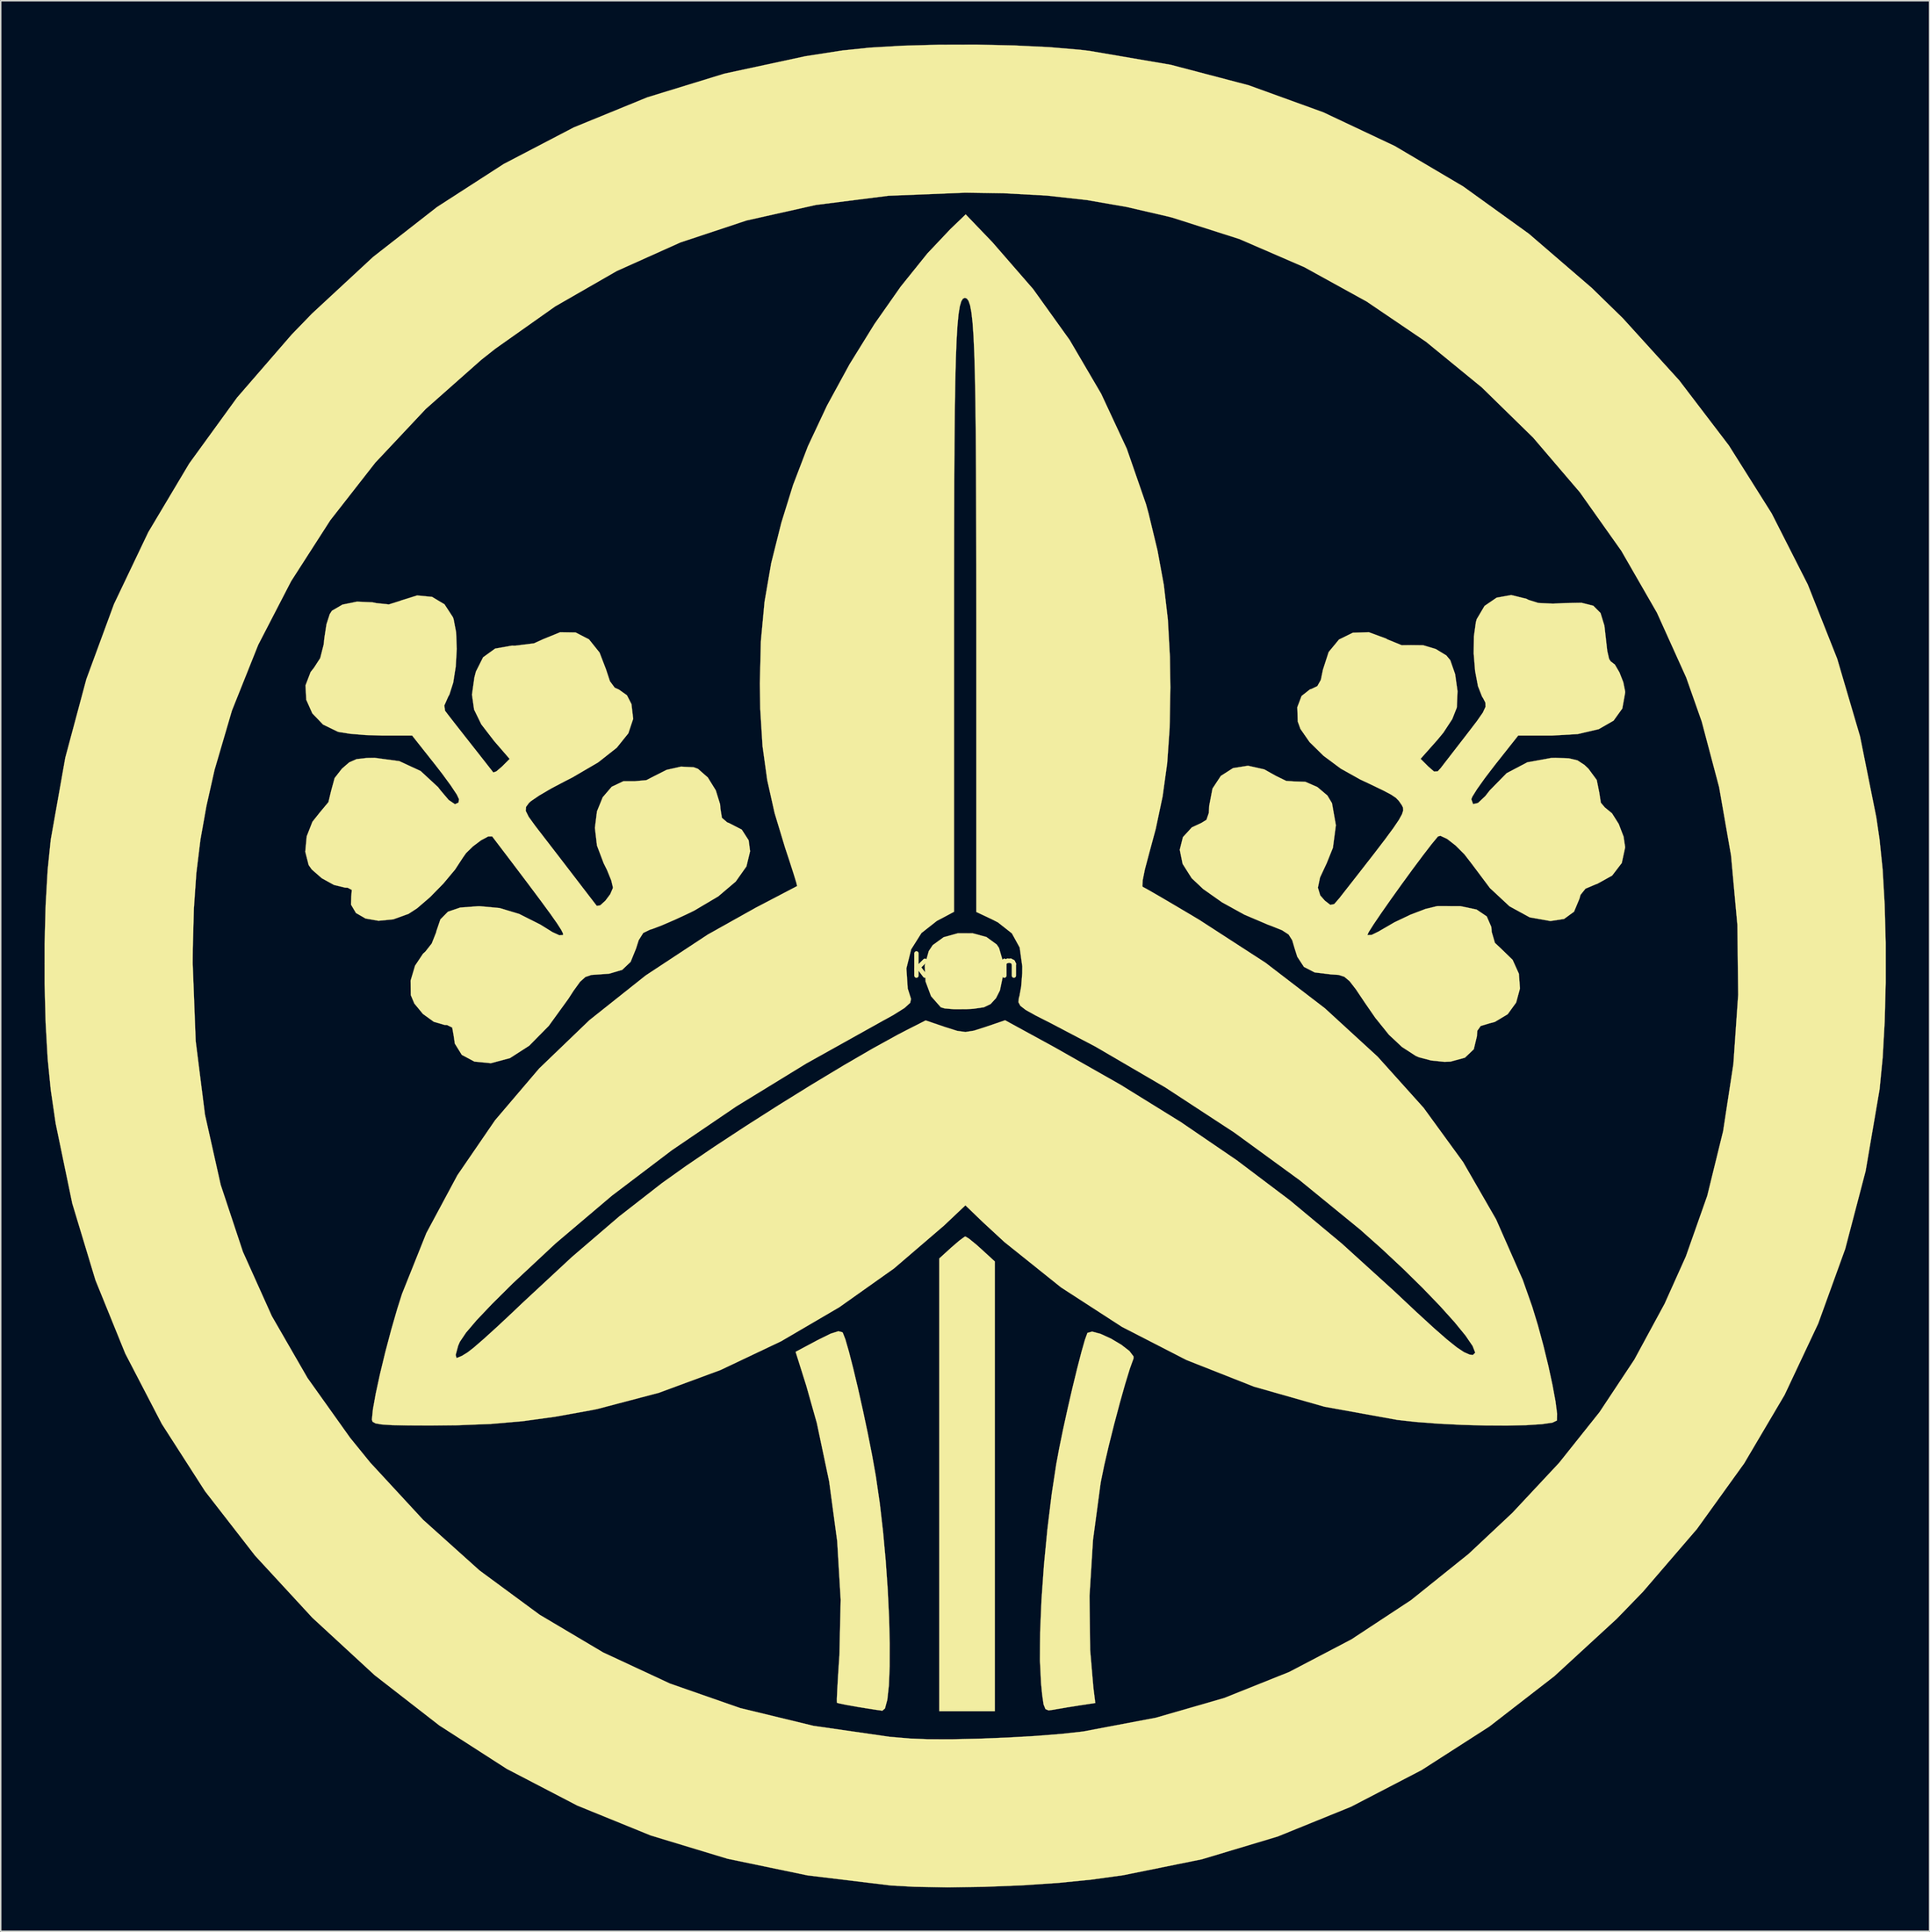
<source format=kicad_pcb>
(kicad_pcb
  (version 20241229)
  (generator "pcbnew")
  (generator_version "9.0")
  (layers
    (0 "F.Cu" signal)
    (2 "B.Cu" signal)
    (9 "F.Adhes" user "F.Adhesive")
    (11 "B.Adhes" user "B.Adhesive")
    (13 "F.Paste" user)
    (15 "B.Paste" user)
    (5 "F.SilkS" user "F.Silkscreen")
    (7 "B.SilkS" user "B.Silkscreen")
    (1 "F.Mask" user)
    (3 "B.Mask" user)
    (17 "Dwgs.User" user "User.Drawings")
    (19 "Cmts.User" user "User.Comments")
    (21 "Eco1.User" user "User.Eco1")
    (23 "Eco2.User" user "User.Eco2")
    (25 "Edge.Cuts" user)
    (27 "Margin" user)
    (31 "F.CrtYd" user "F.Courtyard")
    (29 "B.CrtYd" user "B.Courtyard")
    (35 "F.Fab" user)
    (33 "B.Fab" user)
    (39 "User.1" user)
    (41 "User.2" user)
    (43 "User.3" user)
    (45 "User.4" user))
  (footprint "kamon"
    (layer "F.Cu")
    (at 63.065 63.065)
    (property "Reference" "kamon" (at 0 0 0) (layer "F.SilkS") (effects (font (size 1.524 1.524) (thickness 0.3))))
    (attr through_hole)
    (fp_poly (pts (xy 0.266 18.702) (xy 0.755 19.1) (xy 1.093 19.402) (xy 2.032 20.262) (xy 2.032 51.054) (xy -1.778 51.054) (xy -1.778 20.059) (xy -0.953 19.308) (xy -0.421 18.85) (xy -0.055 18.579) (xy 0.014 18.549) (xy 0.266 18.702)) (stroke (width 0.01) (type solid)) (fill yes) (layer "F.SilkS"))
    (fp_poly (pts (xy 1.456 -1.955) (xy 2.158 -1.445) (xy 2.319 -1.208) (xy 2.571 -0.337) (xy 2.587 0.714) (xy 2.38 1.705) (xy 2.11 2.235) (xy 1.742 2.636) (xy 1.286 2.856) (xy 0.573 2.96) (xy 0.101 2.987) (xy -0.751 2.991) (xy -1.406 2.936) (xy -1.666 2.86) (xy -2.337 2.098) (xy -2.713 1.089) (xy -2.772 0.002) (xy -2.493 -0.992) (xy -2.222 -1.399) (xy -1.477 -1.94) (xy -0.514 -2.209) (xy 0.514 -2.212) (xy 1.456 -1.955)) (stroke (width 0.01) (type solid)) (fill yes) (layer "F.SilkS"))
    (fp_poly (pts (xy -8.411 25.109) (xy -8.38 25.149) (xy -8.208 25.59) (xy -7.963 26.437) (xy -7.665 27.598) (xy -7.336 28.979) (xy -6.998 30.488) (xy -6.671 32.033) (xy -6.377 33.519) (xy -6.138 34.856) (xy -6.111 35.018) (xy -5.847 36.835) (xy -5.624 38.769) (xy -5.443 40.756) (xy -5.305 42.734) (xy -5.213 44.64) (xy -5.168 46.41) (xy -5.172 47.981) (xy -5.226 49.29) (xy -5.333 50.274) (xy -5.494 50.87) (xy -5.673 51.024) (xy -6.076 50.968) (xy -6.793 50.856) (xy -7.35 50.766) (xy -8.118 50.63) (xy -8.643 50.522) (xy -8.785 50.478) (xy -8.789 50.217) (xy -8.76 49.548) (xy -8.704 48.569) (xy -8.625 47.378) (xy -8.615 47.244) (xy -8.527 43.427) (xy -8.768 39.398) (xy -9.319 35.311) (xy -10.161 31.325) (xy -10.88 28.782) (xy -11.615 26.45) (xy -10.096 25.64) (xy -9.221 25.208) (xy -8.686 25.039) (xy -8.411 25.109)) (stroke (width 0.01) (type solid)) (fill yes) (layer "F.SilkS"))
    (fp_poly (pts (xy 9.28 25.22) (xy 9.989 25.544) (xy 10.691 25.96) (xy 11.251 26.392) (xy 11.534 26.767) (xy 11.533 26.902) (xy 11.283 27.597) (xy 10.955 28.664) (xy 10.584 29.981) (xy 10.201 31.423) (xy 9.839 32.866) (xy 9.531 34.188) (xy 9.31 35.265) (xy 9.279 35.436) (xy 8.759 39.312) (xy 8.517 43.163) (xy 8.56 46.849) (xy 8.783 49.442) (xy 8.914 50.497) (xy 7.822 50.662) (xy 6.96 50.799) (xy 6.193 50.93) (xy 6.056 50.956) (xy 5.713 51.002) (xy 5.5 50.912) (xy 5.37 50.59) (xy 5.276 49.936) (xy 5.199 49.146) (xy 5.122 47.593) (xy 5.135 45.651) (xy 5.229 43.429) (xy 5.398 41.038) (xy 5.634 38.587) (xy 5.928 36.185) (xy 6.236 34.163) (xy 6.441 33.057) (xy 6.71 31.749) (xy 7.02 30.337) (xy 7.348 28.92) (xy 7.671 27.596) (xy 7.964 26.464) (xy 8.204 25.622) (xy 8.369 25.169) (xy 8.38 25.149) (xy 8.699 25.064) (xy 9.28 25.22)) (stroke (width 0.01) (type solid)) (fill yes) (layer "F.SilkS"))
    (fp_poly (pts (xy 3.363 -63.003) (xy 5.781 -62.885) (xy 7.912 -62.704) (xy 8.505 -62.633) (xy 14.077 -61.68) (xy 19.415 -60.279) (xy 24.529 -58.427) (xy 29.427 -56.117) (xy 34.119 -53.346) (xy 38.613 -50.11) (xy 42.918 -46.404) (xy 45.049 -44.326) (xy 48.916 -40.067) (xy 52.314 -35.614) (xy 55.247 -30.958) (xy 57.719 -26.092) (xy 59.735 -21.007) (xy 61.299 -15.695) (xy 62.415 -10.147) (xy 62.636 -8.636) (xy 62.846 -6.594) (xy 62.986 -4.188) (xy 63.057 -1.557) (xy 63.058 1.16) (xy 62.989 3.825) (xy 62.85 6.297) (xy 62.642 8.439) (xy 62.633 8.505) (xy 61.681 14.074) (xy 60.283 19.406) (xy 58.434 24.512) (xy 56.129 29.403) (xy 53.362 34.088) (xy 50.13 38.577) (xy 46.426 42.88) (xy 44.635 44.728) (xy 40.364 48.654) (xy 35.906 52.108) (xy 31.263 55.089) (xy 26.433 57.597) (xy 21.416 59.634) (xy 16.212 61.197) (xy 10.822 62.289) (xy 8.632 62.591) (xy 6.365 62.816) (xy 3.87 62.982) (xy 1.298 63.084) (xy -1.2 63.119) (xy -3.473 63.081) (xy -5.08 62.992) (xy -10.8 62.299) (xy -16.282 61.159) (xy -21.537 59.566) (xy -26.572 57.517) (xy -31.397 55.007) (xy -36.021 52.032) (xy -40.453 48.589) (xy -44.702 44.672) (xy -44.737 44.637) (xy -48.64 40.407) (xy -52.07 35.992) (xy -55.033 31.381) (xy -57.534 26.567) (xy -59.576 21.54) (xy -61.163 16.292) (xy -62.301 10.813) (xy -62.638 8.509) (xy -62.849 6.38) (xy -62.99 3.912) (xy -63.06 1.245) (xy -63.06 -0.127) (xy -52.914 -0.127) (xy -52.71 5.167) (xy -52.075 10.204) (xy -50.999 15.008) (xy -49.475 19.6) (xy -47.494 24.004) (xy -45.048 28.243) (xy -42.129 32.339) (xy -40.75 34.036) (xy -37.135 37.947) (xy -33.266 41.42) (xy -29.151 44.45) (xy -24.798 47.033) (xy -20.216 49.165) (xy -15.413 50.841) (xy -10.398 52.056) (xy -5.179 52.808) (xy -3.81 52.925) (xy -2.54 52.976) (xy -0.902 52.978) (xy 0.966 52.937) (xy 2.927 52.859) (xy 4.844 52.749) (xy 6.58 52.612) (xy 7.997 52.456) (xy 8.128 52.437) (xy 13.066 51.503) (xy 17.749 50.151) (xy 22.204 48.367) (xy 26.461 46.138) (xy 30.546 43.449) (xy 34.487 40.286) (xy 37.482 37.477) (xy 40.688 34.048) (xy 43.452 30.581) (xy 45.839 26.982) (xy 47.913 23.156) (xy 49.367 19.921) (xy 50.833 15.767) (xy 51.919 11.348) (xy 52.625 6.735) (xy 52.951 2.001) (xy 52.897 -2.783) (xy 52.463 -7.544) (xy 51.648 -12.212) (xy 50.454 -16.713) (xy 49.392 -19.725) (xy 47.388 -24.16) (xy 44.948 -28.398) (xy 42.108 -32.405) (xy 38.907 -36.149) (xy 35.382 -39.595) (xy 31.569 -42.712) (xy 27.507 -45.465) (xy 23.232 -47.821) (xy 18.783 -49.747) (xy 14.196 -51.211) (xy 13.901 -51.287) (xy 11.062 -51.944) (xy 8.344 -52.416) (xy 5.583 -52.723) (xy 2.619 -52.883) (xy 0 -52.919) (xy -5.249 -52.71) (xy -10.23 -52.08) (xy -14.972 -51.018) (xy -19.508 -49.513) (xy -23.868 -47.556) (xy -28.082 -45.135) (xy -32.182 -42.239) (xy -33.147 -41.477) (xy -36.952 -38.11) (xy -40.408 -34.434) (xy -43.491 -30.49) (xy -46.172 -26.32) (xy -48.426 -21.963) (xy -50.227 -17.46) (xy -51.416 -13.407) (xy -51.974 -10.93) (xy -52.385 -8.623) (xy -52.666 -6.331) (xy -52.834 -3.9) (xy -52.907 -1.174) (xy -52.914 -0.127) (xy -63.06 -0.127) (xy -63.06 -1.48) (xy -62.99 -4.124) (xy -62.85 -6.547) (xy -62.639 -8.609) (xy -62.635 -8.636) (xy -61.64 -14.243) (xy -60.198 -19.613) (xy -58.305 -24.753) (xy -55.957 -29.673) (xy -53.149 -34.382) (xy -49.877 -38.889) (xy -46.137 -43.203) (xy -44.744 -44.641) (xy -40.556 -48.522) (xy -36.182 -51.936) (xy -31.605 -54.889) (xy -26.809 -57.391) (xy -21.777 -59.449) (xy -16.493 -61.072) (xy -10.941 -62.267) (xy -8.416 -62.659) (xy -6.541 -62.853) (xy -4.294 -62.985) (xy -1.806 -63.054) (xy 0.79 -63.06) (xy 3.363 -63.003)) (stroke (width 0.01) (type solid)) (fill yes) (layer "F.SilkS"))
    (fp_poly (pts (xy 38.443 -25.115) (xy 38.602 -25.034) (xy 39.26 -24.829) (xy 40.263 -24.781) (xy 41.015 -24.819) (xy 42.221 -24.84) (xy 43.028 -24.638) (xy 43.522 -24.14) (xy 43.79 -23.27) (xy 43.894 -22.342) (xy 43.984 -21.542) (xy 44.11 -20.993) (xy 44.22 -20.828) (xy 44.504 -20.61) (xy 44.818 -20.076) (xy 45.081 -19.404) (xy 45.21 -18.773) (xy 45.212 -18.694) (xy 45.015 -17.602) (xy 44.416 -16.77) (xy 43.402 -16.188) (xy 41.959 -15.85) (xy 40.197 -15.748) (xy 37.882 -15.748) (xy 36.276 -13.718) (xy 35.602 -12.837) (xy 35.067 -12.086) (xy 34.74 -11.563) (xy 34.671 -11.39) (xy 34.793 -11.055) (xy 35.128 -11.133) (xy 35.625 -11.599) (xy 35.941 -12) (xy 37.092 -13.173) (xy 38.507 -13.917) (xy 40.158 -14.218) (xy 40.445 -14.224) (xy 41.348 -14.192) (xy 41.94 -14.052) (xy 42.417 -13.741) (xy 42.692 -13.482) (xy 43.264 -12.707) (xy 43.434 -11.858) (xy 43.544 -11.151) (xy 43.814 -10.831) (xy 44.309 -10.424) (xy 44.769 -9.697) (xy 45.101 -8.832) (xy 45.211 -8.099) (xy 44.978 -7.022) (xy 44.318 -6.161) (xy 43.293 -5.594) (xy 43.192 -5.561) (xy 42.493 -5.265) (xy 42.152 -4.841) (xy 42.075 -4.57) (xy 41.709 -3.689) (xy 41.023 -3.191) (xy 40.089 -3.048) (xy 38.672 -3.301) (xy 37.289 -4.056) (xy 35.946 -5.307) (xy 34.718 -6.945) (xy 34.202 -7.613) (xy 33.595 -8.22) (xy 33.011 -8.674) (xy 32.56 -8.884) (xy 32.391 -8.845) (xy 31.96 -8.324) (xy 31.365 -7.552) (xy 30.664 -6.614) (xy 29.917 -5.59) (xy 29.182 -4.564) (xy 28.519 -3.618) (xy 27.987 -2.835) (xy 27.644 -2.295) (xy 27.549 -2.085) (xy 27.845 -2.099) (xy 28.352 -2.348) (xy 28.395 -2.376) (xy 29.404 -2.961) (xy 30.505 -3.485) (xy 31.532 -3.877) (xy 32.319 -4.067) (xy 32.385 -4.072) (xy 33.926 -4.068) (xy 35.032 -3.837) (xy 35.729 -3.365) (xy 36.044 -2.642) (xy 36.068 -2.305) (xy 36.288 -1.555) (xy 36.698 -1.17) (xy 37.499 -0.394) (xy 37.929 0.555) (xy 38.005 1.568) (xy 37.744 2.531) (xy 37.163 3.333) (xy 36.28 3.861) (xy 35.9 3.961) (xy 35.314 4.136) (xy 35.083 4.462) (xy 35.052 4.854) (xy 34.842 5.73) (xy 34.231 6.311) (xy 33.243 6.578) (xy 32.83 6.594) (xy 31.915 6.5) (xy 31.078 6.279) (xy 30.861 6.183) (xy 29.922 5.575) (xy 29.027 4.737) (xy 28.093 3.577) (xy 27.377 2.54) (xy 26.77 1.634) (xy 26.336 1.072) (xy 25.975 0.769) (xy 25.586 0.641) (xy 25.069 0.606) (xy 25.045 0.605) (xy 23.937 0.47) (xy 23.206 0.091) (xy 22.75 -0.603) (xy 22.584 -1.126) (xy 22.403 -1.736) (xy 22.155 -2.127) (xy 21.71 -2.418) (xy 20.938 -2.726) (xy 20.741 -2.798) (xy 19.124 -3.486) (xy 17.597 -4.329) (xy 16.305 -5.24) (xy 15.516 -5.983) (xy 14.895 -6.963) (xy 14.7 -7.93) (xy 14.916 -8.793) (xy 15.527 -9.461) (xy 16.163 -9.757) (xy 16.528 -9.978) (xy 16.689 -10.446) (xy 16.719 -10.95) (xy 16.941 -12.118) (xy 17.514 -12.987) (xy 18.353 -13.522) (xy 19.374 -13.683) (xy 20.489 -13.433) (xy 21.296 -12.982) (xy 21.99 -12.644) (xy 22.54 -12.609) (xy 23.304 -12.582) (xy 24.126 -12.224) (xy 24.812 -11.645) (xy 25.128 -11.118) (xy 25.394 -9.61) (xy 25.191 -8.065) (xy 24.765 -7.009) (xy 24.308 -6.031) (xy 24.162 -5.334) (xy 24.323 -4.802) (xy 24.636 -4.447) (xy 25.012 -4.155) (xy 25.28 -4.209) (xy 25.619 -4.598) (xy 26.941 -6.286) (xy 27.981 -7.621) (xy 28.768 -8.649) (xy 29.333 -9.417) (xy 29.708 -9.971) (xy 29.922 -10.358) (xy 30.008 -10.623) (xy 29.995 -10.813) (xy 29.915 -10.976) (xy 29.885 -11.02) (xy 29.705 -11.278) (xy 29.503 -11.486) (xy 29.185 -11.701) (xy 28.657 -11.98) (xy 27.827 -12.38) (xy 27.051 -12.746) (xy 25.728 -13.486) (xy 24.543 -14.367) (xy 23.592 -15.302) (xy 22.966 -16.204) (xy 22.782 -16.709) (xy 22.751 -17.689) (xy 23.045 -18.46) (xy 23.614 -18.907) (xy 23.714 -18.937) (xy 24.124 -19.134) (xy 24.364 -19.561) (xy 24.507 -20.255) (xy 24.898 -21.466) (xy 25.606 -22.323) (xy 26.551 -22.788) (xy 27.651 -22.824) (xy 28.828 -22.392) (xy 28.936 -22.328) (xy 29.895 -21.938) (xy 30.54 -21.945) (xy 31.366 -21.936) (xy 32.243 -21.672) (xy 32.959 -21.235) (xy 33.231 -20.908) (xy 33.563 -19.954) (xy 33.726 -18.791) (xy 33.68 -17.701) (xy 33.671 -17.647) (xy 33.367 -16.877) (xy 32.759 -15.95) (xy 32.35 -15.454) (xy 31.197 -14.156) (xy 31.724 -13.629) (xy 32.121 -13.284) (xy 32.373 -13.299) (xy 32.572 -13.519) (xy 32.864 -13.898) (xy 33.379 -14.564) (xy 34.028 -15.402) (xy 34.369 -15.843) (xy 35.05 -16.732) (xy 35.461 -17.321) (xy 35.642 -17.711) (xy 35.635 -18.005) (xy 35.481 -18.304) (xy 35.409 -18.415) (xy 35.128 -19.127) (xy 34.932 -20.167) (xy 34.835 -21.361) (xy 34.848 -22.535) (xy 34.984 -23.513) (xy 35.042 -23.719) (xy 35.579 -24.627) (xy 36.406 -25.192) (xy 37.401 -25.37) (xy 38.443 -25.115)) (stroke (width 0.01) (type solid)) (fill yes) (layer "F.SilkS"))
    (fp_poly (pts (xy -36.516 -25.244) (xy -35.667 -24.736) (xy -35.089 -23.851) (xy -35.042 -23.719) (xy -34.871 -22.82) (xy -34.827 -21.68) (xy -34.897 -20.473) (xy -35.068 -19.375) (xy -35.329 -18.558) (xy -35.411 -18.413) (xy -35.678 -17.807) (xy -35.628 -17.446) (xy -35.382 -17.123) (xy -34.903 -16.508) (xy -34.273 -15.705) (xy -33.907 -15.24) (xy -33.251 -14.407) (xy -32.723 -13.734) (xy -32.394 -13.313) (xy -32.324 -13.222) (xy -32.112 -13.297) (xy -31.724 -13.629) (xy -31.204 -14.149) (xy -32.261 -15.37) (xy -33.144 -16.515) (xy -33.639 -17.527) (xy -33.784 -18.551) (xy -33.618 -19.732) (xy -33.514 -20.132) (xy -33.022 -21.109) (xy -32.199 -21.703) (xy -31.052 -21.907) (xy -30.821 -21.903) (xy -29.538 -22.063) (xy -28.89 -22.356) (xy -27.743 -22.823) (xy -26.686 -22.808) (xy -25.769 -22.336) (xy -25.045 -21.432) (xy -24.608 -20.297) (xy -24.334 -19.468) (xy -24.008 -19.028) (xy -23.711 -18.891) (xy -23.17 -18.508) (xy -22.859 -17.904) (xy -22.741 -16.894) (xy -23.073 -15.903) (xy -23.868 -14.914) (xy -25.139 -13.913) (xy -26.9 -12.884) (xy -27.365 -12.647) (xy -28.347 -12.131) (xy -29.187 -11.639) (xy -29.755 -11.25) (xy -29.882 -11.135) (xy -30.08 -10.866) (xy -30.101 -10.589) (xy -29.902 -10.188) (xy -29.441 -9.552) (xy -29.175 -9.207) (xy -28.452 -8.27) (xy -27.592 -7.154) (xy -26.769 -6.082) (xy -26.682 -5.969) (xy -26.064 -5.163) (xy -25.571 -4.522) (xy -25.279 -4.144) (xy -25.235 -4.087) (xy -25 -4.122) (xy -24.648 -4.44) (xy -24.314 -4.885) (xy -24.135 -5.299) (xy -24.13 -5.36) (xy -24.245 -5.836) (xy -24.538 -6.553) (xy -24.765 -7.009) (xy -25.222 -8.217) (xy -25.363 -9.429) (xy -25.221 -10.561) (xy -24.827 -11.527) (xy -24.214 -12.242) (xy -23.415 -12.621) (xy -22.646 -12.621) (xy -21.835 -12.698) (xy -21.333 -12.956) (xy -20.447 -13.403) (xy -19.467 -13.621) (xy -18.595 -13.578) (xy -18.301 -13.469) (xy -17.629 -12.879) (xy -17.083 -11.998) (xy -16.787 -11.043) (xy -16.765 -10.749) (xy -16.664 -10.117) (xy -16.301 -9.804) (xy -16.192 -9.766) (xy -15.303 -9.308) (xy -14.832 -8.579) (xy -14.732 -7.829) (xy -14.982 -6.791) (xy -15.716 -5.753) (xy -16.912 -4.738) (xy -18.547 -3.77) (xy -18.874 -3.608) (xy -19.882 -3.139) (xy -20.787 -2.749) (xy -21.441 -2.5) (xy -21.598 -2.454) (xy -22.054 -2.232) (xy -22.364 -1.736) (xy -22.547 -1.163) (xy -22.916 -0.253) (xy -23.495 0.296) (xy -24.39 0.557) (xy -25.049 0.605) (xy -25.611 0.643) (xy -26.017 0.783) (xy -26.383 1.114) (xy -26.828 1.73) (xy -27.188 2.286) (xy -28.529 4.136) (xy -29.862 5.487) (xy -31.183 6.338) (xy -32.491 6.686) (xy -33.616 6.576) (xy -34.479 6.118) (xy -34.959 5.344) (xy -35.044 4.763) (xy -35.137 4.246) (xy -35.488 4.072) (xy -35.668 4.064) (xy -36.399 3.851) (xy -37.144 3.313) (xy -37.734 2.597) (xy -37.974 2.026) (xy -37.988 1.031) (xy -37.683 0.008) (xy -37.136 -0.813) (xy -36.978 -0.954) (xy -36.54 -1.511) (xy -36.241 -2.264) (xy -36.224 -2.348) (xy -35.948 -3.161) (xy -35.43 -3.687) (xy -34.591 -3.972) (xy -33.35 -4.064) (xy -33.253 -4.064) (xy -31.894 -3.94) (xy -30.554 -3.536) (xy -29.101 -2.806) (xy -28.269 -2.289) (xy -27.799 -2.073) (xy -27.545 -2.088) (xy -27.547 -2.198) (xy -27.674 -2.451) (xy -27.952 -2.883) (xy -28.409 -3.534) (xy -29.073 -4.439) (xy -29.969 -5.637) (xy -31.124 -7.165) (xy -32.402 -8.845) (xy -32.676 -8.839) (xy -33.163 -8.577) (xy -33.716 -8.162) (xy -34.19 -7.699) (xy -34.395 -7.409) (xy -34.945 -6.569) (xy -35.745 -5.613) (xy -36.655 -4.684) (xy -37.537 -3.927) (xy -38.125 -3.543) (xy -39.175 -3.164) (xy -40.189 -3.066) (xy -41.073 -3.22) (xy -41.731 -3.598) (xy -42.069 -4.172) (xy -42.054 -4.721) (xy -42.015 -5.179) (xy -42.298 -5.328) (xy -42.477 -5.335) (xy -43.239 -5.52) (xy -44.073 -5.98) (xy -44.757 -6.578) (xy -44.971 -6.882) (xy -45.204 -7.794) (xy -45.105 -8.848) (xy -44.714 -9.845) (xy -44.221 -10.466) (xy -43.617 -11.19) (xy -43.434 -11.954) (xy -43.193 -12.839) (xy -42.692 -13.482) (xy -42.197 -13.911) (xy -41.691 -14.135) (xy -40.978 -14.216) (xy -40.445 -14.224) (xy -38.759 -13.996) (xy -37.304 -13.323) (xy -36.108 -12.218) (xy -35.941 -12) (xy -35.377 -11.336) (xy -34.949 -11.047) (xy -34.707 -11.158) (xy -34.671 -11.39) (xy -34.82 -11.704) (xy -35.223 -12.313) (xy -35.811 -13.117) (xy -36.276 -13.718) (xy -37.882 -15.748) (xy -39.959 -15.749) (xy -41.077 -15.783) (xy -42.122 -15.869) (xy -42.892 -15.99) (xy -42.973 -16.011) (xy -43.986 -16.502) (xy -44.721 -17.27) (xy -45.136 -18.2) (xy -45.188 -19.181) (xy -44.836 -20.101) (xy -44.61 -20.387) (xy -44.18 -21.051) (xy -43.944 -21.976) (xy -43.89 -22.469) (xy -43.751 -23.373) (xy -43.526 -24.065) (xy -43.377 -24.296) (xy -42.658 -24.715) (xy -41.664 -24.918) (xy -40.594 -24.872) (xy -40.354 -24.821) (xy -39.481 -24.727) (xy -38.691 -24.976) (xy -38.652 -24.996) (xy -37.542 -25.342) (xy -36.516 -25.244)) (stroke (width 0.01) (type solid)) (fill yes) (layer "F.SilkS"))
    (fp_poly (pts (xy 1.864 -49.53) (xy 4.66 -46.316) (xy 7.16 -42.83) (xy 9.314 -39.157) (xy 11.074 -35.382) (xy 12.389 -31.59) (xy 12.561 -30.966) (xy 13.174 -28.427) (xy 13.608 -26.064) (xy 13.884 -23.697) (xy 14.025 -21.143) (xy 14.056 -19.05) (xy 14.007 -16.279) (xy 13.838 -13.847) (xy 13.527 -11.593) (xy 13.054 -9.357) (xy 12.56 -7.527) (xy 12.31 -6.583) (xy 12.163 -5.848) (xy 12.139 -5.436) (xy 12.167 -5.388) (xy 12.444 -5.239) (xy 13.081 -4.874) (xy 14 -4.337) (xy 15.124 -3.673) (xy 16.03 -3.134) (xy 20.573 -0.193) (xy 24.644 2.928) (xy 28.253 6.237) (xy 31.405 9.743) (xy 34.108 13.455) (xy 36.37 17.381) (xy 38.198 21.529) (xy 38.847 23.368) (xy 39.233 24.633) (xy 39.607 26.014) (xy 39.948 27.41) (xy 40.232 28.721) (xy 40.44 29.848) (xy 40.548 30.69) (xy 40.536 31.147) (xy 40.534 31.153) (xy 40.231 31.297) (xy 39.506 31.403) (xy 38.439 31.471) (xy 37.114 31.501) (xy 35.614 31.494) (xy 34.022 31.45) (xy 32.42 31.369) (xy 30.891 31.253) (xy 29.604 31.111) (xy 24.616 30.209) (xy 19.789 28.836) (xy 15.154 27.008) (xy 10.739 24.739) (xy 6.574 22.042) (xy 2.689 18.933) (xy 1.214 17.571) (xy 0.016 16.418) (xy -1.453 17.807) (xy -4.874 20.74) (xy -8.62 23.394) (xy -12.609 25.727) (xy -16.758 27.695) (xy -20.984 29.256) (xy -25.204 30.366) (xy -25.668 30.459) (xy -28.112 30.898) (xy -30.322 31.201) (xy -32.498 31.389) (xy -34.842 31.48) (xy -36.633 31.496) (xy -38.157 31.49) (xy -39.244 31.469) (xy -39.965 31.424) (xy -40.391 31.349) (xy -40.592 31.237) (xy -40.64 31.091) (xy -40.569 30.384) (xy -40.375 29.303) (xy -40.083 27.961) (xy -39.769 26.663) (xy -34.902 26.663) (xy -34.842 26.877) (xy -34.475 26.727) (xy -34.091 26.491) (xy -33.677 26.171) (xy -32.979 25.567) (xy -32.076 24.748) (xy -31.045 23.785) (xy -30.353 23.126) (xy -26.944 19.96) (xy -23.697 17.176) (xy -20.771 14.897) (xy -19.123 13.723) (xy -17.178 12.401) (xy -15.031 10.993) (xy -12.778 9.557) (xy -10.514 8.153) (xy -8.335 6.841) (xy -6.337 5.681) (xy -4.614 4.732) (xy -3.982 4.404) (xy -2.707 3.757) (xy -1.353 4.217) (xy -0.552 4.47) (xy 0.019 4.55) (xy 0.601 4.457) (xy 1.368 4.212) (xy 2.737 3.747) (xy 6.131 5.601) (xy 10.652 8.167) (xy 14.775 10.718) (xy 18.604 13.33) (xy 22.243 16.075) (xy 25.793 19.029) (xy 29.359 22.265) (xy 29.464 22.364) (xy 30.942 23.751) (xy 32.105 24.817) (xy 33.001 25.601) (xy 33.675 26.141) (xy 34.175 26.473) (xy 34.546 26.636) (xy 34.776 26.67) (xy 34.941 26.509) (xy 34.762 26.051) (xy 34.276 25.339) (xy 33.519 24.412) (xy 32.528 23.312) (xy 31.339 22.078) (xy 29.99 20.753) (xy 28.516 19.376) (xy 27.051 18.072) (xy 22.928 14.707) (xy 18.438 11.435) (xy 13.721 8.351) (xy 8.919 5.549) (xy 5.882 3.954) (xy 4.824 3.417) (xy 4.149 3.04) (xy 3.782 2.758) (xy 3.65 2.508) (xy 3.678 2.224) (xy 3.72 2.081) (xy 3.84 1.424) (xy 3.908 0.526) (xy 3.913 0.054) (xy 3.735 -1.233) (xy 3.201 -2.204) (xy 2.249 -2.953) (xy 1.829 -3.168) (xy 0.762 -3.67) (xy 0.762 -23.548) (xy 0.76 -27.455) (xy 0.754 -30.885) (xy 0.743 -33.866) (xy 0.726 -36.43) (xy 0.701 -38.606) (xy 0.667 -40.425) (xy 0.625 -41.916) (xy 0.571 -43.11) (xy 0.506 -44.037) (xy 0.428 -44.728) (xy 0.337 -45.211) (xy 0.23 -45.517) (xy 0.108 -45.677) (xy -0.023 -45.72) (xy -0.153 -45.665) (xy -0.268 -45.48) (xy -0.368 -45.136) (xy -0.454 -44.603) (xy -0.526 -43.851) (xy -0.587 -42.849) (xy -0.637 -41.57) (xy -0.677 -39.981) (xy -0.708 -38.055) (xy -0.731 -35.761) (xy -0.747 -33.069) (xy -0.756 -29.949) (xy -0.761 -26.372) (xy -0.762 -23.573) (xy -0.762 -3.682) (xy -1.944 -3.055) (xy -2.994 -2.229) (xy -3.7 -1.11) (xy -4.026 0.194) (xy -3.935 1.572) (xy -3.709 2.286) (xy -3.765 2.551) (xy -4.158 2.908) (xy -4.938 3.396) (xy -5.65 3.787) (xy -10.884 6.706) (xy -15.676 9.643) (xy -20.092 12.644) (xy -24.198 15.756) (xy -28.057 19.025) (xy -31.004 21.776) (xy -32.416 23.177) (xy -33.469 24.286) (xy -34.191 25.135) (xy -34.612 25.758) (xy -34.73 26.03) (xy -34.902 26.663) (xy -39.769 26.663) (xy -39.722 26.469) (xy -39.317 24.941) (xy -38.896 23.486) (xy -38.575 22.479) (xy -36.909 18.319) (xy -34.78 14.352) (xy -32.2 10.59) (xy -29.182 7.048) (xy -25.738 3.738) (xy -21.881 0.675) (xy -17.623 -2.128) (xy -14.351 -3.959) (xy -13.284 -4.516) (xy -12.397 -4.98) (xy -11.778 -5.304) (xy -11.514 -5.442) (xy -11.511 -5.444) (xy -11.567 -5.678) (xy -11.756 -6.295) (xy -12.046 -7.195) (xy -12.337 -8.074) (xy -13.055 -10.447) (xy -13.56 -12.706) (xy -13.879 -15.019) (xy -14.037 -17.554) (xy -14.065 -19.304) (xy -13.993 -22.22) (xy -13.742 -24.917) (xy -13.285 -27.559) (xy -12.594 -30.314) (xy -11.79 -32.903) (xy -10.773 -35.556) (xy -9.46 -38.35) (xy -7.918 -41.176) (xy -6.214 -43.927) (xy -4.415 -46.491) (xy -2.588 -48.762) (xy -1.021 -50.419) (xy 0.035 -51.435) (xy 1.864 -49.53)) (stroke (width 0.01) (type solid)) (fill yes) (layer "F.SilkS")))
  (gr_rect
    (start -3 -3)
    (end 129.128 129.189)
    (stroke (width 0.1) (type default))
    (fill no)
    (layer "Edge.Cuts")))
</source>
